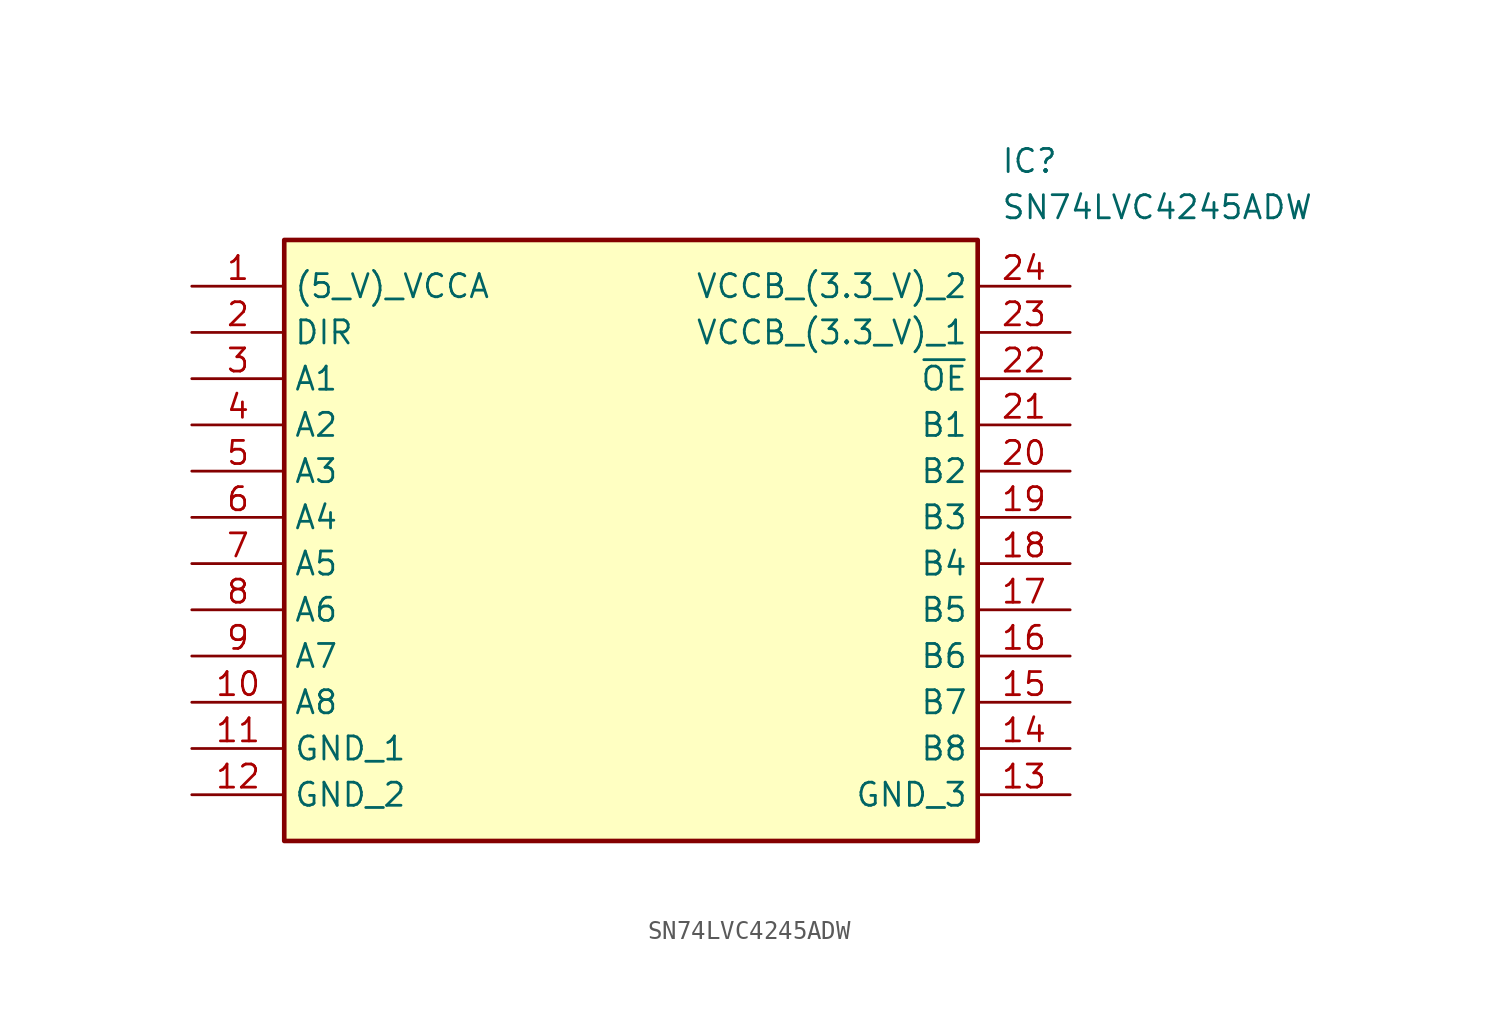
<source format=kicad_sym>
(kicad_symbol_lib
  (version 20211014)
  (generator SamacSys_ECAD_Model)
  (symbol "SN74LVC4245ADW"
    (property "Reference" "IC"
      (at 44.45 7.62 0)
      (effects (font (size 1.27 1.27)) (justify left top)))
    (property "Value" "SN74LVC4245ADW"
      (at 44.45 5.08 0)
      (effects (font (size 1.27 1.27)) (justify left top)))
    (rectangle
      (start 5.08 2.54)
      (end 43.18 -30.48)
      (stroke (width 0.254) (type default))
      (fill (type background)))
    (pin passive line
      (at 0 0 0)
      (length 5.08)
      (name "(5_V)_VCCA" (effects (font (size 1.27 1.27))))
      (number "1" (effects (font (size 1.27 1.27)))))
    (pin passive line
      (at 0 -2.54 0)
      (length 5.08)
      (name "DIR" (effects (font (size 1.27 1.27))))
      (number "2" (effects (font (size 1.27 1.27)))))
    (pin passive line
      (at 0 -5.08 0)
      (length 5.08)
      (name "A1" (effects (font (size 1.27 1.27))))
      (number "3" (effects (font (size 1.27 1.27)))))
    (pin passive line
      (at 0 -7.62 0)
      (length 5.08)
      (name "A2" (effects (font (size 1.27 1.27))))
      (number "4" (effects (font (size 1.27 1.27)))))
    (pin passive line
      (at 0 -10.16 0)
      (length 5.08)
      (name "A3" (effects (font (size 1.27 1.27))))
      (number "5" (effects (font (size 1.27 1.27)))))
    (pin passive line
      (at 0 -12.7 0)
      (length 5.08)
      (name "A4" (effects (font (size 1.27 1.27))))
      (number "6" (effects (font (size 1.27 1.27)))))
    (pin passive line
      (at 0 -15.24 0)
      (length 5.08)
      (name "A5" (effects (font (size 1.27 1.27))))
      (number "7" (effects (font (size 1.27 1.27)))))
    (pin passive line
      (at 0 -17.78 0)
      (length 5.08)
      (name "A6" (effects (font (size 1.27 1.27))))
      (number "8" (effects (font (size 1.27 1.27)))))
    (pin passive line
      (at 0 -20.32 0)
      (length 5.08)
      (name "A7" (effects (font (size 1.27 1.27))))
      (number "9" (effects (font (size 1.27 1.27)))))
    (pin passive line
      (at 0 -22.86 0)
      (length 5.08)
      (name "A8" (effects (font (size 1.27 1.27))))
      (number "10" (effects (font (size 1.27 1.27)))))
    (pin passive line
      (at 0 -25.4 0)
      (length 5.08)
      (name "GND_1" (effects (font (size 1.27 1.27))))
      (number "11" (effects (font (size 1.27 1.27)))))
    (pin passive line
      (at 0 -27.94 0)
      (length 5.08)
      (name "GND_2" (effects (font (size 1.27 1.27))))
      (number "12" (effects (font (size 1.27 1.27)))))
    (pin passive line
      (at 48.26 0 180)
      (length 5.08)
      (name "VCCB_(3.3_V)_2" (effects (font (size 1.27 1.27))))
      (number "24" (effects (font (size 1.27 1.27)))))
    (pin passive line
      (at 48.26 -2.54 180)
      (length 5.08)
      (name "VCCB_(3.3_V)_1" (effects (font (size 1.27 1.27))))
      (number "23" (effects (font (size 1.27 1.27)))))
    (pin passive line
      (at 48.26 -5.08 180)
      (length 5.08)
      (name "~{OE}" (effects (font (size 1.27 1.27))))
      (number "22" (effects (font (size 1.27 1.27)))))
    (pin passive line
      (at 48.26 -7.62 180)
      (length 5.08)
      (name "B1" (effects (font (size 1.27 1.27))))
      (number "21" (effects (font (size 1.27 1.27)))))
    (pin passive line
      (at 48.26 -10.16 180)
      (length 5.08)
      (name "B2" (effects (font (size 1.27 1.27))))
      (number "20" (effects (font (size 1.27 1.27)))))
    (pin passive line
      (at 48.26 -12.7 180)
      (length 5.08)
      (name "B3" (effects (font (size 1.27 1.27))))
      (number "19" (effects (font (size 1.27 1.27)))))
    (pin passive line
      (at 48.26 -15.24 180)
      (length 5.08)
      (name "B4" (effects (font (size 1.27 1.27))))
      (number "18" (effects (font (size 1.27 1.27)))))
    (pin passive line
      (at 48.26 -17.78 180)
      (length 5.08)
      (name "B5" (effects (font (size 1.27 1.27))))
      (number "17" (effects (font (size 1.27 1.27)))))
    (pin passive line
      (at 48.26 -20.32 180)
      (length 5.08)
      (name "B6" (effects (font (size 1.27 1.27))))
      (number "16" (effects (font (size 1.27 1.27)))))
    (pin passive line
      (at 48.26 -22.86 180)
      (length 5.08)
      (name "B7" (effects (font (size 1.27 1.27))))
      (number "15" (effects (font (size 1.27 1.27)))))
    (pin passive line
      (at 48.26 -25.4 180)
      (length 5.08)
      (name "B8" (effects (font (size 1.27 1.27))))
      (number "14" (effects (font (size 1.27 1.27)))))
    (pin passive line
      (at 48.26 -27.94 180)
      (length 5.08)
      (name "GND_3" (effects (font (size 1.27 1.27))))
      (number "13" (effects (font (size 1.27 1.27)))))))
</source>
